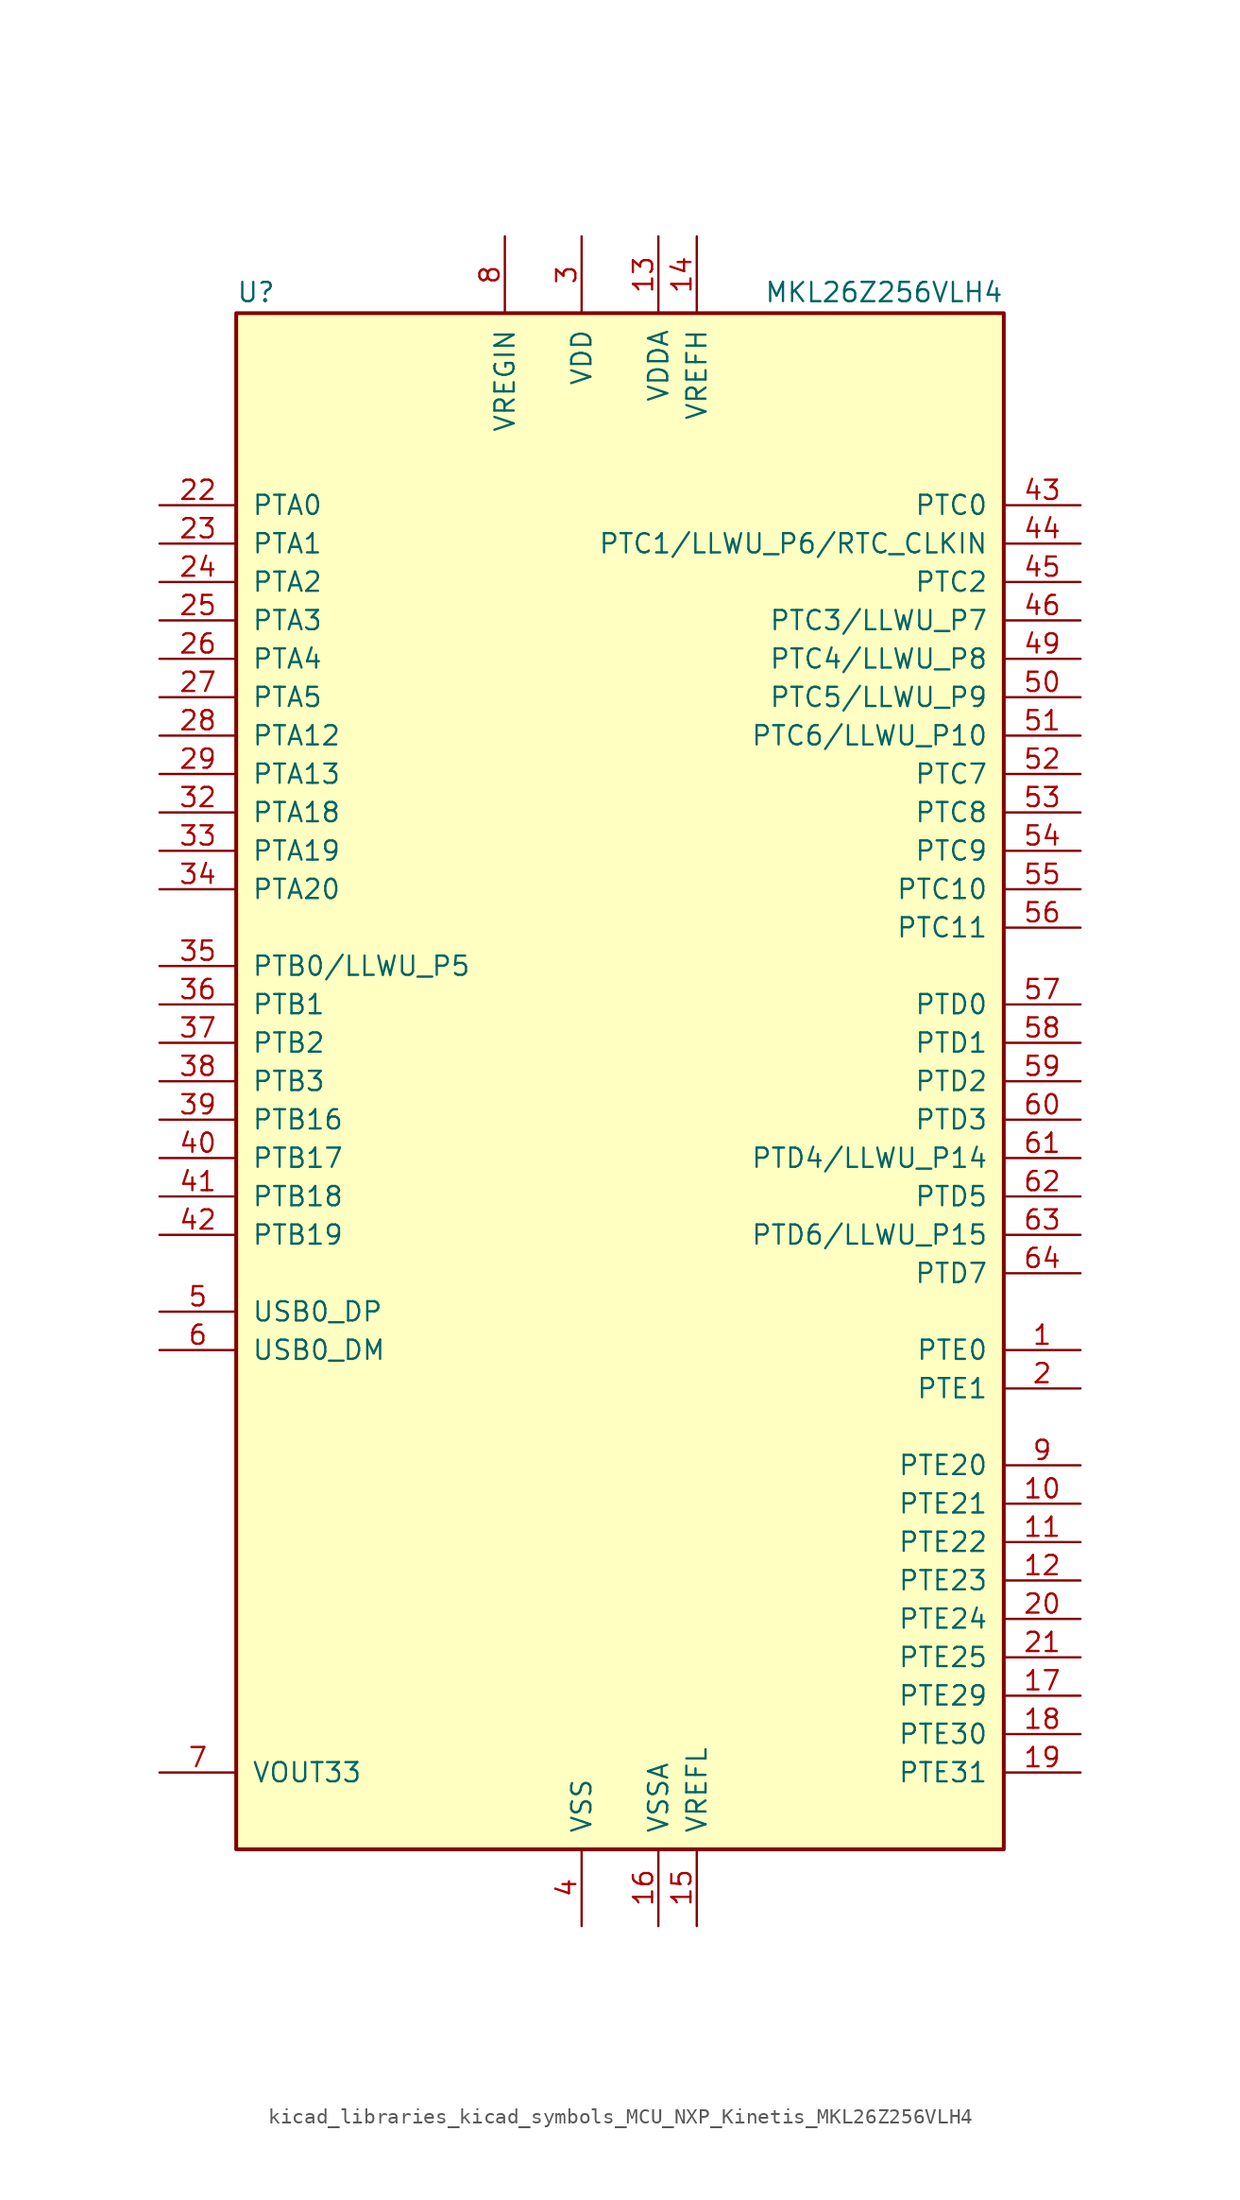
<source format=kicad_sym>
(kicad_symbol_lib
  (version 20220914)
  (generator kicad_symbol_editor)
  (symbol "kicad_libraries_kicad_symbols_MCU_NXP_Kinetis_MKL26Z256VLH4"
    (pin_names
      (offset 1.016))
    (property "Reference" "U"
      (at -25.4 51.435 0)
      (effects (font (size 1.27 1.27)) (justify left bottom)))
    (property "Value" "MKL26Z256VLH4"
      (at 25.4 51.435 0)
      (effects (font (size 1.27 1.27)) (justify right bottom)))
    (symbol "kicad_libraries_kicad_symbols_MCU_NXP_Kinetis_MKL26Z256VLH4_0_1"
      (rectangle (start -25.4 50.8) (end 25.4 -50.8) (stroke (width 0.254) (type default)) (fill (type background))))
    (symbol "kicad_libraries_kicad_symbols_MCU_NXP_Kinetis_MKL26Z256VLH4_1_1"
      (pin bidirectional line (at 30.48 -17.78 180) (length 5.08) (name "PTE0" (effects (font (size 1.27 1.27)))) (number "1" (effects (font (size 1.27 1.27)))))
      (pin bidirectional line (at 30.48 -27.94 180) (length 5.08) (name "PTE21" (effects (font (size 1.27 1.27)))) (number "10" (effects (font (size 1.27 1.27)))))
      (pin bidirectional line (at 30.48 -30.48 180) (length 5.08) (name "PTE22" (effects (font (size 1.27 1.27)))) (number "11" (effects (font (size 1.27 1.27)))))
      (pin bidirectional line (at 30.48 -33.02 180) (length 5.08) (name "PTE23" (effects (font (size 1.27 1.27)))) (number "12" (effects (font (size 1.27 1.27)))))
      (pin power_in line (at 2.54 55.88 270) (length 5.08) (name "VDDA" (effects (font (size 1.27 1.27)))) (number "13" (effects (font (size 1.27 1.27)))))
      (pin power_in line (at 5.08 55.88 270) (length 5.08) (name "VREFH" (effects (font (size 1.27 1.27)))) (number "14" (effects (font (size 1.27 1.27)))))
      (pin power_in line (at 5.08 -55.88 90) (length 5.08) (name "VREFL" (effects (font (size 1.27 1.27)))) (number "15" (effects (font (size 1.27 1.27)))))
      (pin power_in line (at 2.54 -55.88 90) (length 5.08) (name "VSSA" (effects (font (size 1.27 1.27)))) (number "16" (effects (font (size 1.27 1.27)))))
      (pin bidirectional line (at 30.48 -40.64 180) (length 5.08) (name "PTE29" (effects (font (size 1.27 1.27)))) (number "17" (effects (font (size 1.27 1.27)))))
      (pin bidirectional line (at 30.48 -43.18 180) (length 5.08) (name "PTE30" (effects (font (size 1.27 1.27)))) (number "18" (effects (font (size 1.27 1.27)))))
      (pin bidirectional line (at 30.48 -45.72 180) (length 5.08) (name "PTE31" (effects (font (size 1.27 1.27)))) (number "19" (effects (font (size 1.27 1.27)))))
      (pin bidirectional line (at 30.48 -20.32 180) (length 5.08) (name "PTE1" (effects (font (size 1.27 1.27)))) (number "2" (effects (font (size 1.27 1.27)))))
      (pin bidirectional line (at 30.48 -35.56 180) (length 5.08) (name "PTE24" (effects (font (size 1.27 1.27)))) (number "20" (effects (font (size 1.27 1.27)))))
      (pin bidirectional line (at 30.48 -38.1 180) (length 5.08) (name "PTE25" (effects (font (size 1.27 1.27)))) (number "21" (effects (font (size 1.27 1.27)))))
      (pin bidirectional line (at -30.48 38.1 0) (length 5.08) (name "PTA0" (effects (font (size 1.27 1.27)))) (number "22" (effects (font (size 1.27 1.27)))))
      (pin bidirectional line (at -30.48 35.56 0) (length 5.08) (name "PTA1" (effects (font (size 1.27 1.27)))) (number "23" (effects (font (size 1.27 1.27)))))
      (pin bidirectional line (at -30.48 33.02 0) (length 5.08) (name "PTA2" (effects (font (size 1.27 1.27)))) (number "24" (effects (font (size 1.27 1.27)))))
      (pin bidirectional line (at -30.48 30.48 0) (length 5.08) (name "PTA3" (effects (font (size 1.27 1.27)))) (number "25" (effects (font (size 1.27 1.27)))))
      (pin bidirectional line (at -30.48 27.94 0) (length 5.08) (name "PTA4" (effects (font (size 1.27 1.27)))) (number "26" (effects (font (size 1.27 1.27)))))
      (pin bidirectional line (at -30.48 25.4 0) (length 5.08) (name "PTA5" (effects (font (size 1.27 1.27)))) (number "27" (effects (font (size 1.27 1.27)))))
      (pin bidirectional line (at -30.48 22.86 0) (length 5.08) (name "PTA12" (effects (font (size 1.27 1.27)))) (number "28" (effects (font (size 1.27 1.27)))))
      (pin bidirectional line (at -30.48 20.32 0) (length 5.08) (name "PTA13" (effects (font (size 1.27 1.27)))) (number "29" (effects (font (size 1.27 1.27)))))
      (pin power_in line (at -2.54 55.88 270) (length 5.08) (name "VDD" (effects (font (size 1.27 1.27)))) (number "3" (effects (font (size 1.27 1.27)))))
      (pin passive line (at -2.54 55.88 270) (length 5.08) hide (name "VDD" (effects (font (size 1.27 1.27)))) (number "30" (effects (font (size 1.27 1.27)))))
      (pin passive line (at -2.54 -55.88 90) (length 5.08) hide (name "VSS" (effects (font (size 1.27 1.27)))) (number "31" (effects (font (size 1.27 1.27)))))
      (pin bidirectional line (at -30.48 17.78 0) (length 5.08) (name "PTA18" (effects (font (size 1.27 1.27)))) (number "32" (effects (font (size 1.27 1.27)))))
      (pin bidirectional line (at -30.48 15.24 0) (length 5.08) (name "PTA19" (effects (font (size 1.27 1.27)))) (number "33" (effects (font (size 1.27 1.27)))))
      (pin bidirectional line (at -30.48 12.7 0) (length 5.08) (name "PTA20" (effects (font (size 1.27 1.27)))) (number "34" (effects (font (size 1.27 1.27)))))
      (pin bidirectional line (at -30.48 7.62 0) (length 5.08) (name "PTB0/LLWU_P5" (effects (font (size 1.27 1.27)))) (number "35" (effects (font (size 1.27 1.27)))))
      (pin bidirectional line (at -30.48 5.08 0) (length 5.08) (name "PTB1" (effects (font (size 1.27 1.27)))) (number "36" (effects (font (size 1.27 1.27)))))
      (pin bidirectional line (at -30.48 2.54 0) (length 5.08) (name "PTB2" (effects (font (size 1.27 1.27)))) (number "37" (effects (font (size 1.27 1.27)))))
      (pin bidirectional line (at -30.48 0 0) (length 5.08) (name "PTB3" (effects (font (size 1.27 1.27)))) (number "38" (effects (font (size 1.27 1.27)))))
      (pin bidirectional line (at -30.48 -2.54 0) (length 5.08) (name "PTB16" (effects (font (size 1.27 1.27)))) (number "39" (effects (font (size 1.27 1.27)))))
      (pin power_in line (at -2.54 -55.88 90) (length 5.08) (name "VSS" (effects (font (size 1.27 1.27)))) (number "4" (effects (font (size 1.27 1.27)))))
      (pin bidirectional line (at -30.48 -5.08 0) (length 5.08) (name "PTB17" (effects (font (size 1.27 1.27)))) (number "40" (effects (font (size 1.27 1.27)))))
      (pin bidirectional line (at -30.48 -7.62 0) (length 5.08) (name "PTB18" (effects (font (size 1.27 1.27)))) (number "41" (effects (font (size 1.27 1.27)))))
      (pin bidirectional line (at -30.48 -10.16 0) (length 5.08) (name "PTB19" (effects (font (size 1.27 1.27)))) (number "42" (effects (font (size 1.27 1.27)))))
      (pin bidirectional line (at 30.48 38.1 180) (length 5.08) (name "PTC0" (effects (font (size 1.27 1.27)))) (number "43" (effects (font (size 1.27 1.27)))))
      (pin bidirectional line (at 30.48 35.56 180) (length 5.08) (name "PTC1/LLWU_P6/RTC_CLKIN" (effects (font (size 1.27 1.27)))) (number "44" (effects (font (size 1.27 1.27)))))
      (pin bidirectional line (at 30.48 33.02 180) (length 5.08) (name "PTC2" (effects (font (size 1.27 1.27)))) (number "45" (effects (font (size 1.27 1.27)))))
      (pin bidirectional line (at 30.48 30.48 180) (length 5.08) (name "PTC3/LLWU_P7" (effects (font (size 1.27 1.27)))) (number "46" (effects (font (size 1.27 1.27)))))
      (pin passive line (at -2.54 -55.88 90) (length 5.08) hide (name "VSS" (effects (font (size 1.27 1.27)))) (number "47" (effects (font (size 1.27 1.27)))))
      (pin passive line (at -2.54 55.88 270) (length 5.08) hide (name "VDD" (effects (font (size 1.27 1.27)))) (number "48" (effects (font (size 1.27 1.27)))))
      (pin bidirectional line (at 30.48 27.94 180) (length 5.08) (name "PTC4/LLWU_P8" (effects (font (size 1.27 1.27)))) (number "49" (effects (font (size 1.27 1.27)))))
      (pin bidirectional line (at -30.48 -15.24 0) (length 5.08) (name "USB0_DP" (effects (font (size 1.27 1.27)))) (number "5" (effects (font (size 1.27 1.27)))))
      (pin bidirectional line (at 30.48 25.4 180) (length 5.08) (name "PTC5/LLWU_P9" (effects (font (size 1.27 1.27)))) (number "50" (effects (font (size 1.27 1.27)))))
      (pin bidirectional line (at 30.48 22.86 180) (length 5.08) (name "PTC6/LLWU_P10" (effects (font (size 1.27 1.27)))) (number "51" (effects (font (size 1.27 1.27)))))
      (pin bidirectional line (at 30.48 20.32 180) (length 5.08) (name "PTC7" (effects (font (size 1.27 1.27)))) (number "52" (effects (font (size 1.27 1.27)))))
      (pin bidirectional line (at 30.48 17.78 180) (length 5.08) (name "PTC8" (effects (font (size 1.27 1.27)))) (number "53" (effects (font (size 1.27 1.27)))))
      (pin bidirectional line (at 30.48 15.24 180) (length 5.08) (name "PTC9" (effects (font (size 1.27 1.27)))) (number "54" (effects (font (size 1.27 1.27)))))
      (pin bidirectional line (at 30.48 12.7 180) (length 5.08) (name "PTC10" (effects (font (size 1.27 1.27)))) (number "55" (effects (font (size 1.27 1.27)))))
      (pin bidirectional line (at 30.48 10.16 180) (length 5.08) (name "PTC11" (effects (font (size 1.27 1.27)))) (number "56" (effects (font (size 1.27 1.27)))))
      (pin bidirectional line (at 30.48 5.08 180) (length 5.08) (name "PTD0" (effects (font (size 1.27 1.27)))) (number "57" (effects (font (size 1.27 1.27)))))
      (pin bidirectional line (at 30.48 2.54 180) (length 5.08) (name "PTD1" (effects (font (size 1.27 1.27)))) (number "58" (effects (font (size 1.27 1.27)))))
      (pin bidirectional line (at 30.48 0 180) (length 5.08) (name "PTD2" (effects (font (size 1.27 1.27)))) (number "59" (effects (font (size 1.27 1.27)))))
      (pin bidirectional line (at -30.48 -17.78 0) (length 5.08) (name "USB0_DM" (effects (font (size 1.27 1.27)))) (number "6" (effects (font (size 1.27 1.27)))))
      (pin bidirectional line (at 30.48 -2.54 180) (length 5.08) (name "PTD3" (effects (font (size 1.27 1.27)))) (number "60" (effects (font (size 1.27 1.27)))))
      (pin bidirectional line (at 30.48 -5.08 180) (length 5.08) (name "PTD4/LLWU_P14" (effects (font (size 1.27 1.27)))) (number "61" (effects (font (size 1.27 1.27)))))
      (pin bidirectional line (at 30.48 -7.62 180) (length 5.08) (name "PTD5" (effects (font (size 1.27 1.27)))) (number "62" (effects (font (size 1.27 1.27)))))
      (pin bidirectional line (at 30.48 -10.16 180) (length 5.08) (name "PTD6/LLWU_P15" (effects (font (size 1.27 1.27)))) (number "63" (effects (font (size 1.27 1.27)))))
      (pin bidirectional line (at 30.48 -12.7 180) (length 5.08) (name "PTD7" (effects (font (size 1.27 1.27)))) (number "64" (effects (font (size 1.27 1.27)))))
      (pin power_out line (at -30.48 -45.72 0) (length 5.08) (name "VOUT33" (effects (font (size 1.27 1.27)))) (number "7" (effects (font (size 1.27 1.27)))))
      (pin power_in line (at -7.62 55.88 270) (length 5.08) (name "VREGIN" (effects (font (size 1.27 1.27)))) (number "8" (effects (font (size 1.27 1.27)))))
      (pin bidirectional line (at 30.48 -25.4 180) (length 5.08) (name "PTE20" (effects (font (size 1.27 1.27)))) (number "9" (effects (font (size 1.27 1.27))))))))
</source>
